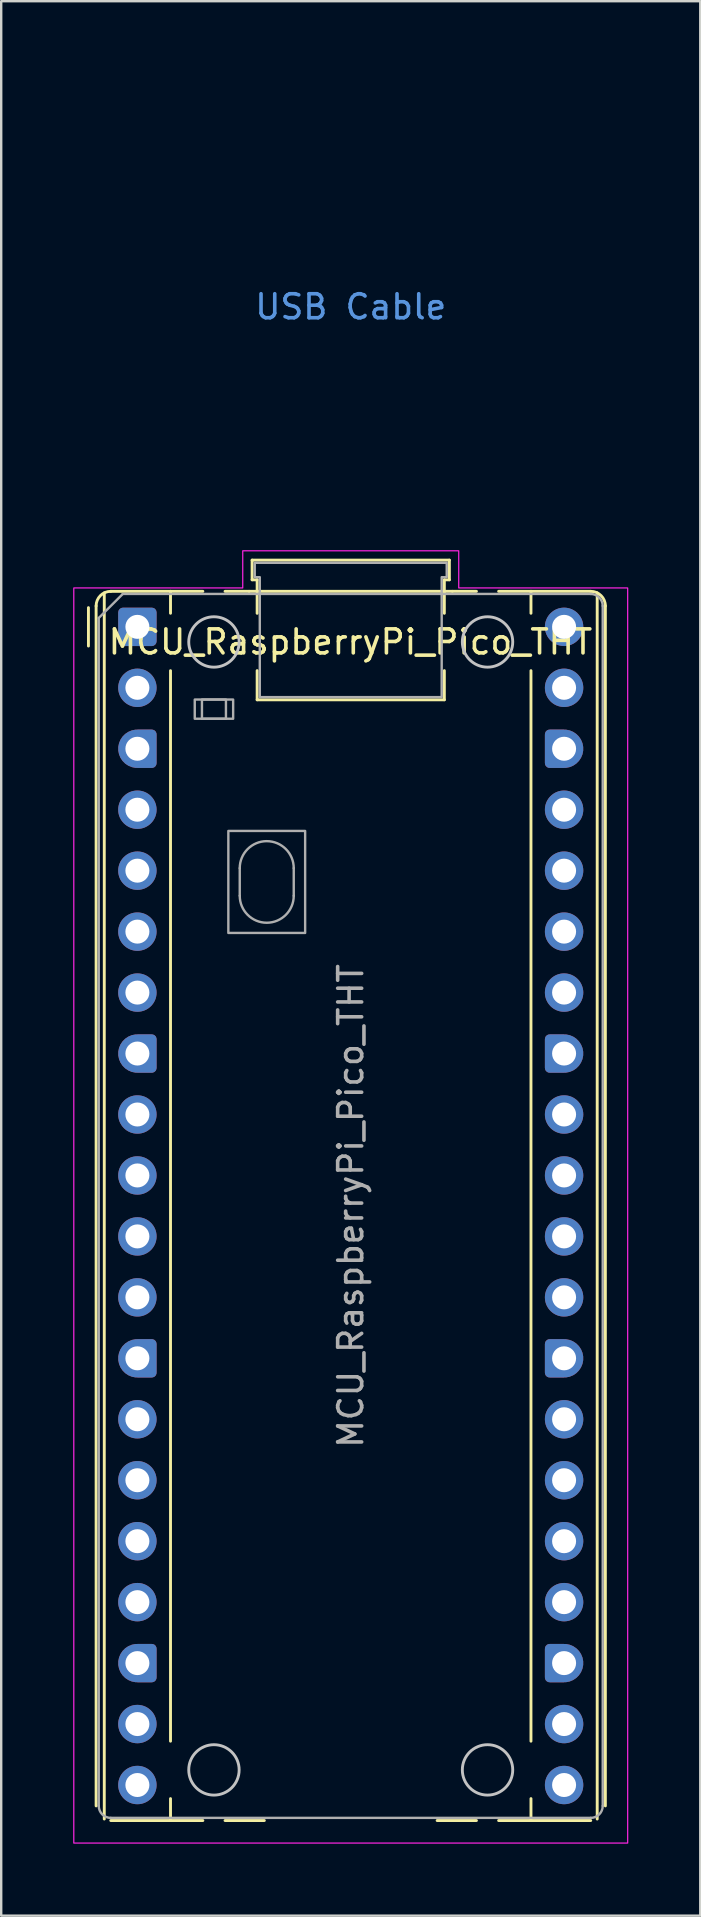
<source format=kicad_pcb>
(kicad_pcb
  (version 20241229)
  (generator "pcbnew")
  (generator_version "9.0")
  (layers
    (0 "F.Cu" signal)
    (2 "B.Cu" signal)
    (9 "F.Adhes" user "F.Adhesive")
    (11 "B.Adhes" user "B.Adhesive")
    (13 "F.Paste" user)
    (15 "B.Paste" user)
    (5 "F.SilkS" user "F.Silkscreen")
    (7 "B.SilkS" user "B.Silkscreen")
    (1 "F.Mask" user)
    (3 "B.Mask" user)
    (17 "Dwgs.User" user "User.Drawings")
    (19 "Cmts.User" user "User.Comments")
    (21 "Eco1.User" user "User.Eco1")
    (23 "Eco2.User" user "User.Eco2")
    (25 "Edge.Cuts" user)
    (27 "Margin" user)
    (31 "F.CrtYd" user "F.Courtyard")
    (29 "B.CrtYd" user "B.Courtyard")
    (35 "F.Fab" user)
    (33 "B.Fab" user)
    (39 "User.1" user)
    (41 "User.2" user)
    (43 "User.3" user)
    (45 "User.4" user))
  (footprint "MCU_RaspberryPi_Pico_THT"
    (layer "F.Cu")
    (at 11.565 21.59)
    (property "Reference" "MCU_RaspberryPi_Pico_THT" (at -0.013 2.11 0) (unlocked yes) (layer "F.SilkS") (effects (font (size 1 1) (thickness 0.15))))
    (attr through_hole)
    (fp_line (start -10.93 2.28) (end -10.93 0.68) (stroke (width 0.12) (type solid)) (layer "F.SilkS"))
    (fp_line (start -10.61 0.61) (end -10.61 50.61) (stroke (width 0.12) (type solid)) (layer "F.SilkS"))
    (fp_line (start -10.27 0.063) (end -10.27 51.157) (stroke (width 0.12) (type solid)) (layer "F.SilkS"))
    (fp_line (start -10 0) (end -7.51 0) (stroke (width 0.12) (type solid)) (layer "F.SilkS"))
    (fp_line (start -10 51.22) (end -6.162 51.22) (stroke (width 0.12) (type solid)) (layer "F.SilkS"))
    (fp_line (start -7.51 0) (end -7.51 0.914) (stroke (width 0.12) (type solid)) (layer "F.SilkS"))
    (fp_line (start -7.51 0) (end -6.162 0) (stroke (width 0.12) (type solid)) (layer "F.SilkS"))
    (fp_line (start -7.51 3.306) (end -7.51 47.914) (stroke (width 0.12) (type solid)) (layer "F.SilkS"))
    (fp_line (start -7.51 50.306) (end -7.51 51.22) (stroke (width 0.12) (type solid)) (layer "F.SilkS"))
    (fp_line (start -5.238 0) (end -4.235 0) (stroke (width 0.12) (type solid)) (layer "F.SilkS"))
    (fp_line (start -4.235 0) (end 4.235 0) (stroke (width 0.12) (type solid)) (layer "F.SilkS"))
    (fp_line (start -4.11 -1.3) (end -4.11 -0.48) (stroke (width 0.12) (type solid)) (layer "F.SilkS"))
    (fp_line (start -4.11 -1.3) (end 4.11 -1.3) (stroke (width 0.12) (type solid)) (layer "F.SilkS"))
    (fp_line (start -4.11 -0.48) (end -3.9 -0.48) (stroke (width 0.12) (type solid)) (layer "F.SilkS"))
    (fp_line (start -3.9 -0.48) (end -3.9 0.916) (stroke (width 0.12) (type solid)) (layer "F.SilkS"))
    (fp_line (start -3.9 3.304) (end -3.9 4.52) (stroke (width 0.12) (type solid)) (layer "F.SilkS"))
    (fp_line (start -3.6 51.22) (end -5.238 51.22) (stroke (width 0.12) (type solid)) (layer "F.SilkS"))
    (fp_line (start 3.9 -0.48) (end 3.9 0.916) (stroke (width 0.12) (type solid)) (layer "F.SilkS"))
    (fp_line (start 3.9 3.304) (end 3.9 4.52) (stroke (width 0.12) (type solid)) (layer "F.SilkS"))
    (fp_line (start 3.9 4.52) (end -3.9 4.52) (stroke (width 0.12) (type solid)) (layer "F.SilkS"))
    (fp_line (start 4.11 -1.3) (end 4.11 -0.48) (stroke (width 0.12) (type solid)) (layer "F.SilkS"))
    (fp_line (start 4.11 -0.48) (end 3.9 -0.48) (stroke (width 0.12) (type solid)) (layer "F.SilkS"))
    (fp_line (start 4.235 0) (end 5.238 0) (stroke (width 0.12) (type solid)) (layer "F.SilkS"))
    (fp_line (start 5.238 51.22) (end 3.6 51.22) (stroke (width 0.12) (type solid)) (layer "F.SilkS"))
    (fp_line (start 6.162 0) (end 7.51 0) (stroke (width 0.12) (type solid)) (layer "F.SilkS"))
    (fp_line (start 6.162 51.22) (end 10 51.22) (stroke (width 0.12) (type solid)) (layer "F.SilkS"))
    (fp_line (start 7.51 0) (end 7.51 0.914) (stroke (width 0.12) (type solid)) (layer "F.SilkS"))
    (fp_line (start 7.51 3.306) (end 7.51 47.914) (stroke (width 0.12) (type solid)) (layer "F.SilkS"))
    (fp_line (start 7.51 50.306) (end 7.51 51.22) (stroke (width 0.12) (type solid)) (layer "F.SilkS"))
    (fp_line (start 10 0) (end 7.51 0) (stroke (width 0.12) (type solid)) (layer "F.SilkS"))
    (fp_line (start 10.27 51.157) (end 10.27 0.063) (stroke (width 0.12) (type solid)) (layer "F.SilkS"))
    (fp_line (start 10.61 0.61) (end 10.61 50.61) (stroke (width 0.12) (type solid)) (layer "F.SilkS"))
    (fp_arc (start -10.61 0.61) (mid -10.431335 0.178665) (end -10 0) (stroke (width 0.12) (type solid)) (layer "F.SilkS"))
    (fp_arc (start 10 0) (mid 10.431335 0.178665) (end 10.61 0.61) (stroke (width 0.12) (type solid)) (layer "F.SilkS"))
    (fp_circle (center -5.7 2.11) (end -4.65 2.11) (stroke (width 0.12) (type solid)) (fill no) (layer "Dwgs.User"))
    (fp_circle (center -5.7 49.11) (end -4.65 49.11) (stroke (width 0.12) (type solid)) (fill no) (layer "Dwgs.User"))
    (fp_circle (center 5.7 2.11) (end 6.75 2.11) (stroke (width 0.12) (type solid)) (fill no) (layer "Dwgs.User"))
    (fp_circle (center 5.7 49.11) (end 6.75 49.11) (stroke (width 0.12) (type solid)) (fill no) (layer "Dwgs.User"))
    (fp_poly (pts (xy -4.5 -1.69) (xy 4.5 -1.69) (xy 4.5 -0.14) (xy 11.54 -0.14) (xy 11.54 52.16) (xy -11.54 52.16) (xy -11.54 -0.14) (xy -4.5 -0.14)) (stroke (width 0.05) (type solid)) (fill no) (layer "F.CrtYd"))
    (fp_line (start -10.5 1.11) (end -9.5 0.11) (stroke (width 0.1) (type solid)) (layer "F.Fab"))
    (fp_line (start -10.5 50.61) (end -10.5 1.11) (stroke (width 0.1) (type solid)) (layer "F.Fab"))
    (fp_line (start -9.5 0.11) (end 10 0.11) (stroke (width 0.1) (type solid)) (layer "F.Fab"))
    (fp_line (start -4.625 11.535) (end -4.625 12.685) (stroke (width 0.1) (type solid)) (layer "F.Fab"))
    (fp_line (start -2.375 11.535) (end -2.375 12.685) (stroke (width 0.1) (type solid)) (layer "F.Fab"))
    (fp_line (start 10 51.11) (end -10 51.11) (stroke (width 0.1) (type solid)) (layer "F.Fab"))
    (fp_line (start 10.5 0.61) (end 10.5 50.61) (stroke (width 0.1) (type solid)) (layer "F.Fab"))
    (fp_rect (start -6.5 4.51) (end -4.9 5.31) (stroke (width 0.1) (type solid)) (fill no) (layer "F.Fab"))
    (fp_rect (start -6.2 4.51) (end -5.2 5.31) (stroke (width 0.1) (type solid)) (fill no) (layer "F.Fab"))
    (fp_rect (start -5.1 9.985) (end -1.9 14.235) (stroke (width 0.1) (type solid)) (fill no) (layer "F.Fab"))
    (fp_arc (start -10 51.11) (mid -10.353553 50.963553) (end -10.5 50.61) (stroke (width 0.1) (type solid)) (layer "F.Fab"))
    (fp_arc (start -4.625 11.535) (mid -3.5 10.41) (end -2.375 11.535) (stroke (width 0.1) (type solid)) (layer "F.Fab"))
    (fp_arc (start -2.375 12.685) (mid -3.5 13.81) (end -4.625 12.685) (stroke (width 0.1) (type solid)) (layer "F.Fab"))
    (fp_arc (start 10 0.11) (mid 10.353553 0.256447) (end 10.5 0.61) (stroke (width 0.1) (type solid)) (layer "F.Fab"))
    (fp_arc (start 10.5 50.61) (mid 10.353553 50.963553) (end 10 51.11) (stroke (width 0.1) (type solid)) (layer "F.Fab"))
    (fp_poly (pts (xy 3.79 4.41) (xy 3.79 -0.59) (xy 4 -0.59) (xy 4 -1.19) (xy -4 -1.19) (xy -4 -0.59) (xy -3.79 -0.59) (xy -3.79 4.41)) (stroke (width 0.1) (type solid)) (fill no) (layer "F.Fab"))
    (fp_text user "USB Cable" (at 0 -11.855 0) (unlocked yes) (layer "Cmts.User") (effects (font (size 1 1) (thickness 0.15))))
    (fp_text user "${REFERENCE}" (at 0 25.61 270) (layer "F.Fab") (effects (font (size 1 1) (thickness 0.15))))
    (pad "1" thru_hole roundrect (at -8.89 1.48) (size 1.6 1.6) (drill 1) (layers "*.Cu" "*.Mask") (roundrect_rratio 0.125))
    (pad "2" thru_hole circle (at -8.89 4.02) (size 1.6 1.6) (drill 1) (layers "*.Cu" "*.Mask"))
    (pad "3" thru_hole custom (at -8.89 6.56) (size 1.6 1.6) (drill 1) (layers "*.Cu" "*.Mask") (options (anchor circle)) (primitives (gr_poly (pts (xy 0.8 0.6) (xy 0.8 -0.6) (xy 0.6 -0.8) (xy 0 -0.8) (xy 0 0.8) (xy 0.6 0.8)) (width 0) (fill yes)) (gr_circle (center 0.6 0.6) (end 0.8 0.6) (width 0) (fill yes)) (gr_circle (center 0.6 -0.6) (end 0.8 -0.6) (width 0) (fill yes))))
    (pad "4" thru_hole circle (at -8.89 9.1) (size 1.6 1.6) (drill 1) (layers "*.Cu" "*.Mask"))
    (pad "5" thru_hole circle (at -8.89 11.64) (size 1.6 1.6) (drill 1) (layers "*.Cu" "*.Mask"))
    (pad "6" thru_hole circle (at -8.89 14.18) (size 1.6 1.6) (drill 1) (layers "*.Cu" "*.Mask"))
    (pad "7" thru_hole circle (at -8.89 16.72) (size 1.6 1.6) (drill 1) (layers "*.Cu" "*.Mask"))
    (pad "8" thru_hole custom (at -8.89 19.26) (size 1.6 1.6) (drill 1) (layers "*.Cu" "*.Mask") (options (anchor circle)) (primitives (gr_poly (pts (xy 0.8 0.6) (xy 0.8 -0.6) (xy 0.6 -0.8) (xy 0 -0.8) (xy 0 0.8) (xy 0.6 0.8)) (width 0) (fill yes)) (gr_circle (center 0.6 0.6) (end 0.8 0.6) (width 0) (fill yes)) (gr_circle (center 0.6 -0.6) (end 0.8 -0.6) (width 0) (fill yes))))
    (pad "9" thru_hole circle (at -8.89 21.8) (size 1.6 1.6) (drill 1) (layers "*.Cu" "*.Mask"))
    (pad "10" thru_hole circle (at -8.89 24.34) (size 1.6 1.6) (drill 1) (layers "*.Cu" "*.Mask"))
    (pad "11" thru_hole circle (at -8.89 26.88) (size 1.6 1.6) (drill 1) (layers "*.Cu" "*.Mask"))
    (pad "12" thru_hole circle (at -8.89 29.42) (size 1.6 1.6) (drill 1) (layers "*.Cu" "*.Mask"))
    (pad "13" thru_hole custom (at -8.89 31.96) (size 1.6 1.6) (drill 1) (layers "*.Cu" "*.Mask") (options (anchor circle)) (primitives (gr_poly (pts (xy 0.8 0.6) (xy 0.8 -0.6) (xy 0.6 -0.8) (xy 0 -0.8) (xy 0 0.8) (xy 0.6 0.8)) (width 0) (fill yes)) (gr_circle (center 0.6 0.6) (end 0.8 0.6) (width 0) (fill yes)) (gr_circle (center 0.6 -0.6) (end 0.8 -0.6) (width 0) (fill yes))))
    (pad "14" thru_hole circle (at -8.89 34.5) (size 1.6 1.6) (drill 1) (layers "*.Cu" "*.Mask"))
    (pad "15" thru_hole circle (at -8.89 37.04) (size 1.6 1.6) (drill 1) (layers "*.Cu" "*.Mask"))
    (pad "16" thru_hole circle (at -8.89 39.58) (size 1.6 1.6) (drill 1) (layers "*.Cu" "*.Mask"))
    (pad "17" thru_hole circle (at -8.89 42.12) (size 1.6 1.6) (drill 1) (layers "*.Cu" "*.Mask"))
    (pad "18" thru_hole custom (at -8.89 44.66) (size 1.6 1.6) (drill 1) (layers "*.Cu" "*.Mask") (options (anchor circle)) (primitives (gr_poly (pts (xy 0.8 0.6) (xy 0.8 -0.6) (xy 0.6 -0.8) (xy 0 -0.8) (xy 0 0.8) (xy 0.6 0.8)) (width 0) (fill yes)) (gr_circle (center 0.6 0.6) (end 0.8 0.6) (width 0) (fill yes)) (gr_circle (center 0.6 -0.6) (end 0.8 -0.6) (width 0) (fill yes))))
    (pad "19" thru_hole circle (at -8.89 47.2) (size 1.6 1.6) (drill 1) (layers "*.Cu" "*.Mask"))
    (pad "20" thru_hole circle (at -8.89 49.74) (size 1.6 1.6) (drill 1) (layers "*.Cu" "*.Mask"))
    (pad "21" thru_hole circle (at 8.89 49.74) (size 1.6 1.6) (drill 1) (layers "*.Cu" "*.Mask"))
    (pad "22" thru_hole circle (at 8.89 47.2) (size 1.6 1.6) (drill 1) (layers "*.Cu" "*.Mask"))
    (pad "23" thru_hole custom (at 8.89 44.66) (size 1.6 1.6) (drill 1) (layers "*.Cu" "*.Mask") (options (anchor circle)) (primitives (gr_poly (pts (xy -0.8 0.6) (xy -0.8 -0.6) (xy -0.6 -0.8) (xy 0 -0.8) (xy 0 0.8) (xy -0.6 0.8)) (width 0) (fill yes)) (gr_circle (center -0.6 0.6) (end -0.4 0.6) (width 0) (fill yes)) (gr_circle (center -0.6 -0.6) (end -0.4 -0.6) (width 0) (fill yes))))
    (pad "24" thru_hole circle (at 8.89 42.12) (size 1.6 1.6) (drill 1) (layers "*.Cu" "*.Mask"))
    (pad "25" thru_hole circle (at 8.89 39.58) (size 1.6 1.6) (drill 1) (layers "*.Cu" "*.Mask"))
    (pad "26" thru_hole circle (at 8.89 37.04) (size 1.6 1.6) (drill 1) (layers "*.Cu" "*.Mask"))
    (pad "27" thru_hole circle (at 8.89 34.5) (size 1.6 1.6) (drill 1) (layers "*.Cu" "*.Mask"))
    (pad "28" thru_hole custom (at 8.89 31.96) (size 1.6 1.6) (drill 1) (layers "*.Cu" "*.Mask") (options (anchor circle)) (primitives (gr_poly (pts (xy -0.8 0.6) (xy -0.8 -0.6) (xy -0.6 -0.8) (xy 0 -0.8) (xy 0 0.8) (xy -0.6 0.8)) (width 0) (fill yes)) (gr_circle (center -0.6 0.6) (end -0.4 0.6) (width 0) (fill yes)) (gr_circle (center -0.6 -0.6) (end -0.4 -0.6) (width 0) (fill yes))))
    (pad "29" thru_hole circle (at 8.89 29.42) (size 1.6 1.6) (drill 1) (layers "*.Cu" "*.Mask"))
    (pad "30" thru_hole circle (at 8.89 26.88) (size 1.6 1.6) (drill 1) (layers "*.Cu" "*.Mask"))
    (pad "31" thru_hole circle (at 8.89 24.34) (size 1.6 1.6) (drill 1) (layers "*.Cu" "*.Mask"))
    (pad "32" thru_hole circle (at 8.89 21.8) (size 1.6 1.6) (drill 1) (layers "*.Cu" "*.Mask"))
    (pad "33" thru_hole custom (at 8.89 19.26) (size 1.6 1.6) (drill 1) (layers "*.Cu" "*.Mask") (options (anchor circle)) (primitives (gr_poly (pts (xy -0.8 0.6) (xy -0.8 -0.6) (xy -0.6 -0.8) (xy 0 -0.8) (xy 0 0.8) (xy -0.6 0.8)) (width 0) (fill yes)) (gr_circle (center -0.6 0.6) (end -0.4 0.6) (width 0) (fill yes)) (gr_circle (center -0.6 -0.6) (end -0.4 -0.6) (width 0) (fill yes))))
    (pad "34" thru_hole circle (at 8.89 16.72) (size 1.6 1.6) (drill 1) (layers "*.Cu" "*.Mask"))
    (pad "35" thru_hole circle (at 8.89 14.18) (size 1.6 1.6) (drill 1) (layers "*.Cu" "*.Mask"))
    (pad "36" thru_hole circle (at 8.89 11.64) (size 1.6 1.6) (drill 1) (layers "*.Cu" "*.Mask"))
    (pad "37" thru_hole circle (at 8.89 9.1) (size 1.6 1.6) (drill 1) (layers "*.Cu" "*.Mask"))
    (pad "38" thru_hole custom (at 8.89 6.56) (size 1.6 1.6) (drill 1) (layers "*.Cu" "*.Mask") (options (anchor circle)) (primitives (gr_poly (pts (xy -0.8 0.6) (xy -0.8 -0.6) (xy -0.6 -0.8) (xy 0 -0.8) (xy 0 0.8) (xy -0.6 0.8)) (width 0) (fill yes)) (gr_circle (center -0.6 0.6) (end -0.4 0.6) (width 0) (fill yes)) (gr_circle (center -0.6 -0.6) (end -0.4 -0.6) (width 0) (fill yes))))
    (pad "39" thru_hole circle (at 8.89 4.02) (size 1.6 1.6) (drill 1) (layers "*.Cu" "*.Mask"))
    (pad "40" thru_hole circle (at 8.89 1.48) (size 1.6 1.6) (drill 1) (layers "*.Cu" "*.Mask"))
    (zone (net_name "") (layer "F.CrtYd") (name "USB Cable") (hatch edge 0.5) (connect_pads) (min_thickness 0.254) (filled_areas_thickness no) (keepout (tracks allowed) (vias allowed) (pads allowed) (copperpour allowed) (footprints allowed)) (placement (enabled no)) (fill) (polygon (pts (xy 5.815 19.5) (xy 7.625 19.5) (xy 7.625 19.9) (xy 15.505 19.9) (xy 15.505 19.5) (xy 17.315 19.5) (xy 17.315 0) (xy 5.815 0)))))
  (gr_rect
    (start -3 -3)
    (end 26.13 76.775)
    (stroke (width 0.1) (type default))
    (fill no)
    (layer "Edge.Cuts")))
</source>
